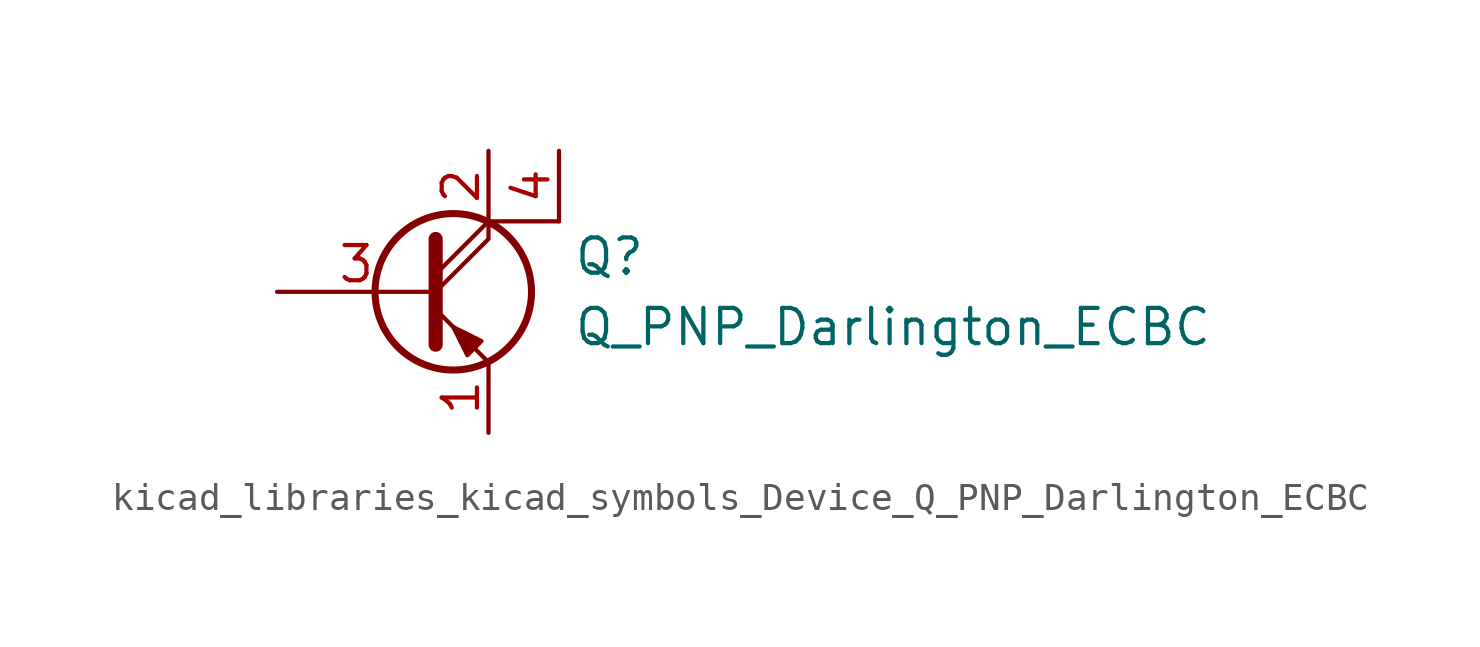
<source format=kicad_sym>
(kicad_symbol_lib
  (version 20220914)
  (generator kicad_symbol_editor)
  (symbol "kicad_libraries_kicad_symbols_Device_Q_PNP_Darlington_ECBC"
    (pin_names
      (offset 0) hide)
    (property "Reference" "Q"
      (at 5.588 1.27 0)
      (effects (font (size 1.27 1.27)) (justify left)))
    (property "Value" "Q_PNP_Darlington_ECBC"
      (at 5.588 -1.27 0)
      (effects (font (size 1.27 1.27)) (justify left)))
    (symbol "kicad_libraries_kicad_symbols_Device_Q_PNP_Darlington_ECBC_0_1"
      (polyline (pts (xy 0.635 0.635) (xy 2.54 2.54)) (stroke (width 0) (type default)) (fill (type none)))
      (polyline (pts (xy 5.08 2.54) (xy 2.54 2.54)) (stroke (width 0) (type default)) (fill (type none)))
      (polyline (pts (xy 0.635 -0.635) (xy 2.54 -2.54) (xy 2.54 -2.54)) (stroke (width 0) (type default)) (fill (type none)))
      (polyline (pts (xy 0.635 0) (xy 2.54 1.905) (xy 2.54 2.54)) (stroke (width 0) (type default)) (fill (type none)))
      (polyline (pts (xy 0.635 1.905) (xy 0.635 -1.905) (xy 0.635 -1.905)) (stroke (width 0.508) (type default)) (fill (type none)))
      (polyline (pts (xy 2.286 -1.778) (xy 1.778 -2.286) (xy 1.27 -1.27) (xy 2.286 -1.778) (xy 2.286 -1.778)) (stroke (width 0) (type default)) (fill (type outline)))
      (circle (center 1.27 0) (radius 2.819) (stroke (width 0.254) (type default)) (fill (type none))))
    (symbol "kicad_libraries_kicad_symbols_Device_Q_PNP_Darlington_ECBC_1_1"
      (pin passive line (at 2.54 -5.08 90) (length 2.54) (name "E" (effects (font (size 1.27 1.27)))) (number "1" (effects (font (size 1.27 1.27)))))
      (pin passive line (at 2.54 5.08 270) (length 2.54) (name "C" (effects (font (size 1.27 1.27)))) (number "2" (effects (font (size 1.27 1.27)))))
      (pin input line (at -5.08 0 0) (length 5.715) (name "B" (effects (font (size 1.27 1.27)))) (number "3" (effects (font (size 1.27 1.27)))))
      (pin passive line (at 5.08 5.08 270) (length 2.54) (name "C" (effects (font (size 1.27 1.27)))) (number "4" (effects (font (size 1.27 1.27))))))))
</source>
